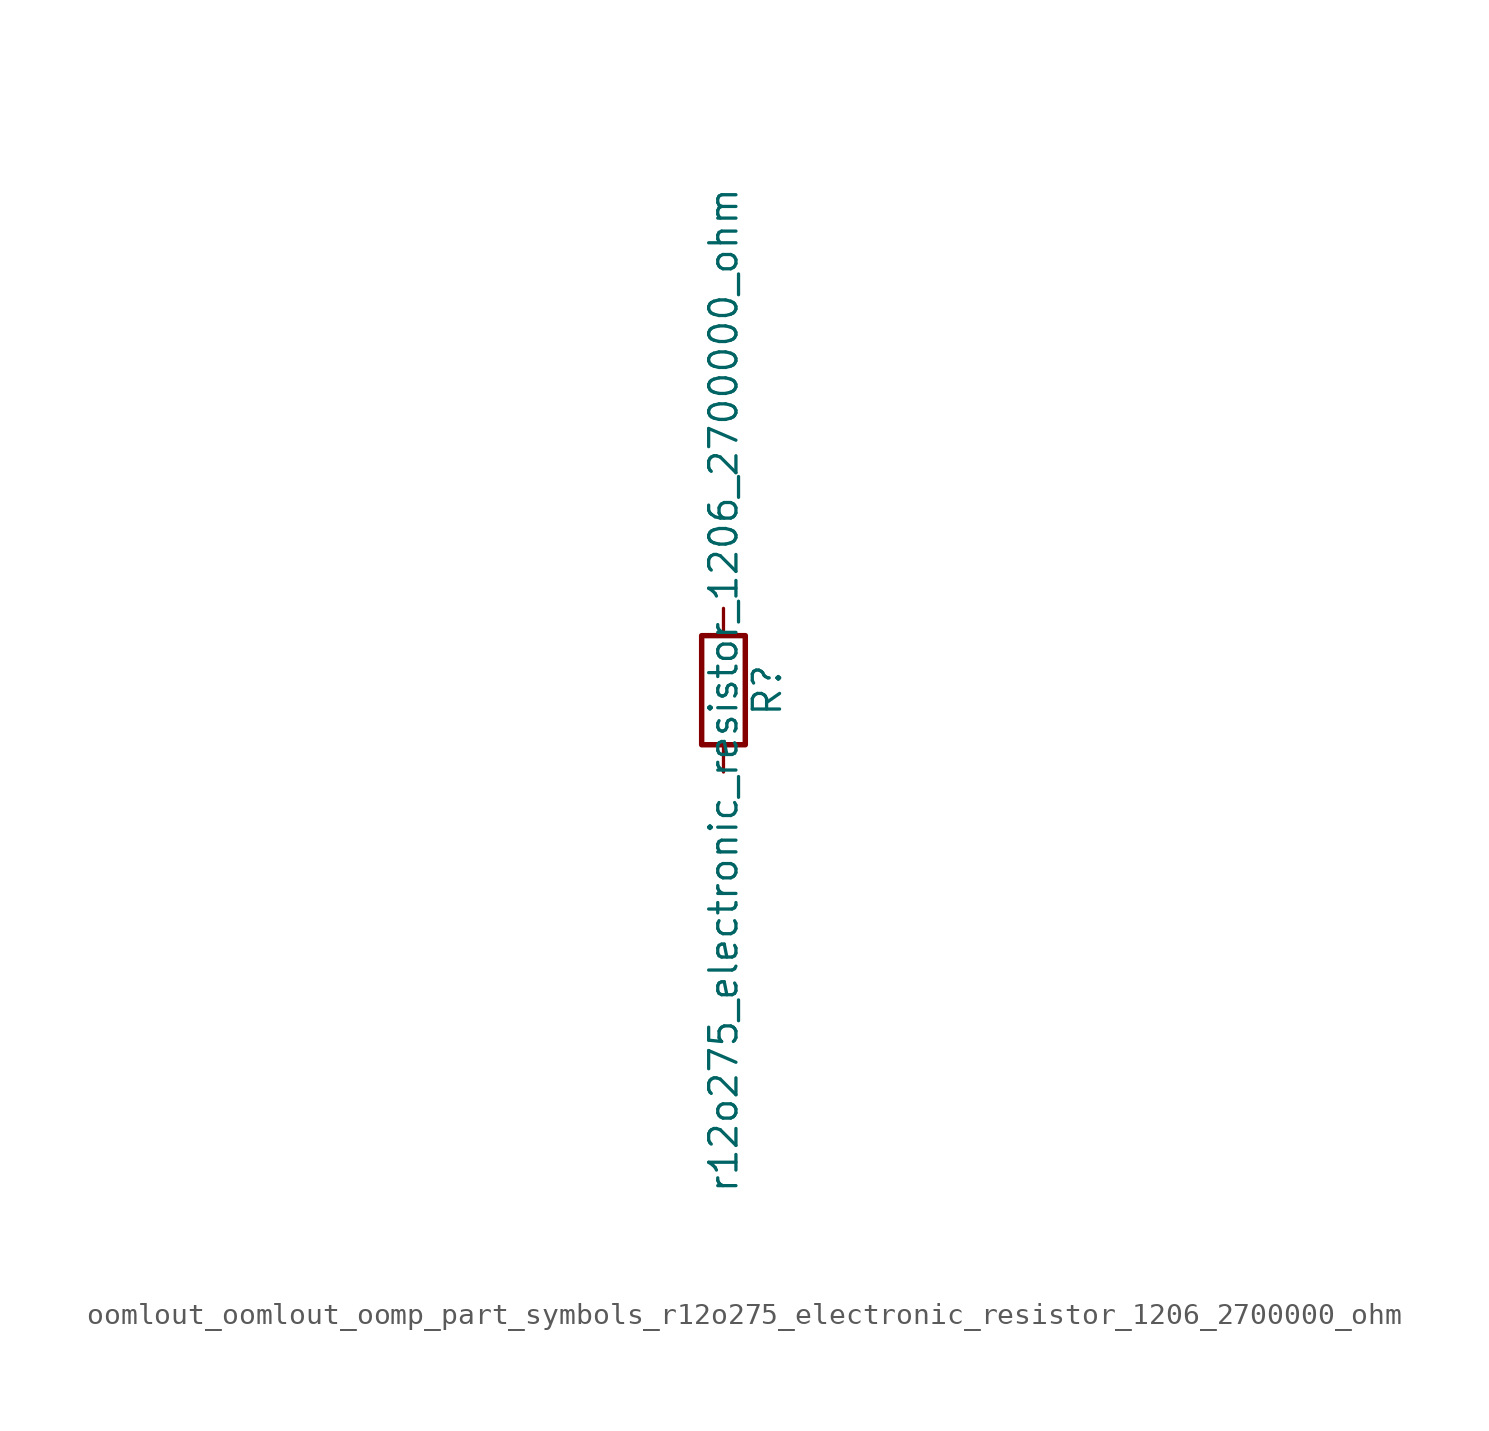
<source format=kicad_sym>
(kicad_symbol_lib
  (version 20220914)
  (generator kicad_symbol_editor)
  (symbol "oomlout_oomlout_oomp_part_symbols_r12o275_electronic_resistor_1206_2700000_ohm"
    (pin_numbers hide)
    (pin_names
      (offset 0))
    (property "Reference" "R"
      (at 2.032 0 90)
      (effects (font (size 1.27 1.27))))
    (property "Value" "r12o275_electronic_resistor_1206_2700000_ohm"
      (at 0 0 90)
      (effects (font (size 1.27 1.27))))
    (symbol "oomlout_oomlout_oomp_part_symbols_r12o275_electronic_resistor_1206_2700000_ohm_0_1"
      (rectangle (start -1.016 -2.54) (end 1.016 2.54) (stroke (width 0.254) (type default)) (fill (type none))))
    (symbol "oomlout_oomlout_oomp_part_symbols_r12o275_electronic_resistor_1206_2700000_ohm_1_1"
      (pin passive line (at 0 3.81 270) (length 1.27) (name "~" (effects (font (size 1.27 1.27)))) (number "1" (effects (font (size 1.27 1.27)))))
      (pin passive line (at 0 -3.81 90) (length 1.27) (name "~" (effects (font (size 1.27 1.27)))) (number "2" (effects (font (size 1.27 1.27))))))))
</source>
